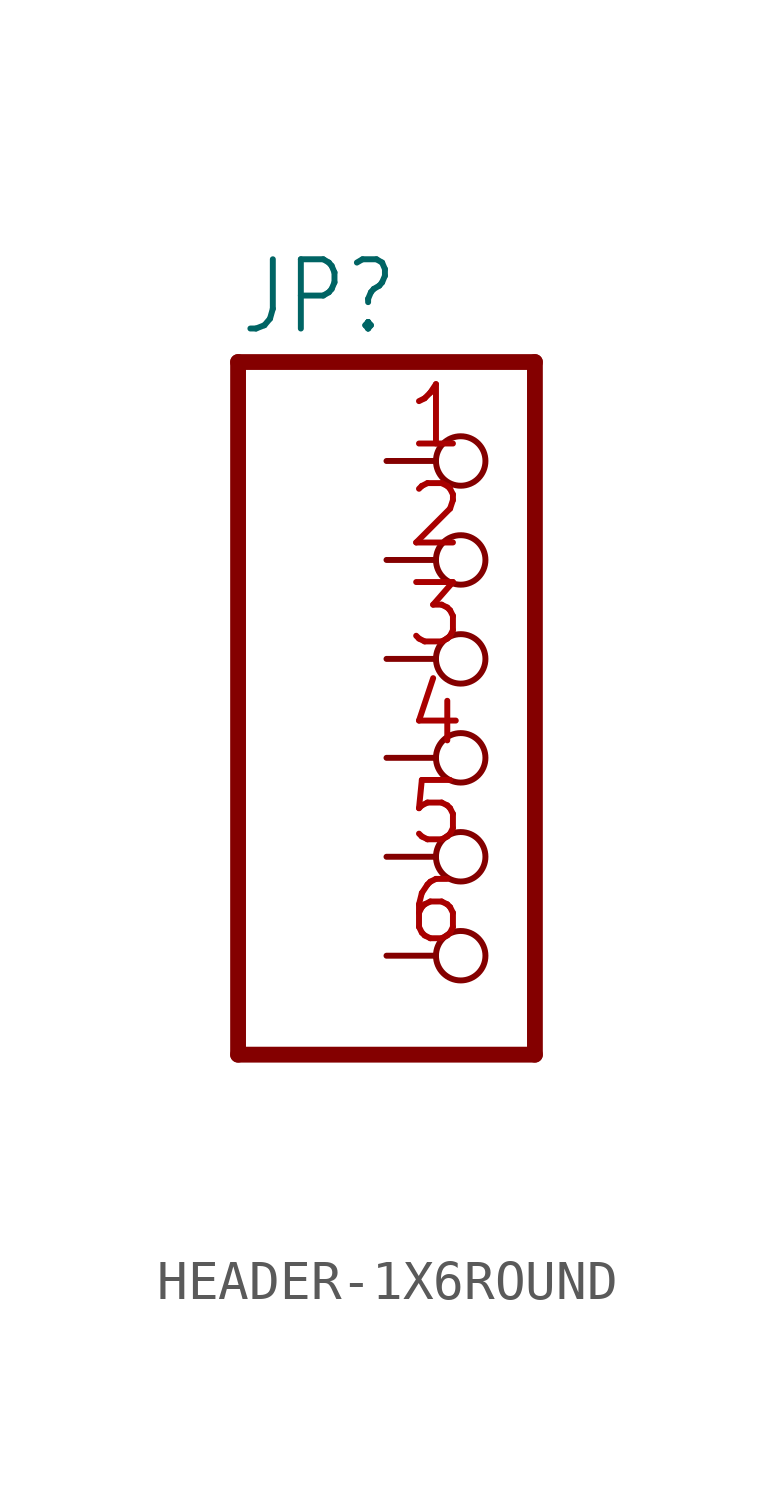
<source format=kicad_sym>
(kicad_symbol_lib
  (version 20241209)
  (generator "kicad_symbol_editor")
  (generator_version "9.0")
  (symbol "HEADER-1X6ROUND"
    (property "Reference" "JP"
      (at -6.35 10.795 0)
      (effects (font (size 1.778 1.511)) (justify left bottom)))
    (property "Value" ""
      (at -6.35 -10.16 0)
      (effects (font (size 1.778 1.511)) (justify left bottom)))
    (property "ki_locked" ""
      (at 0 0 0)
      (effects (font (size 1.27 1.27))))
    (symbol "HEADER-1X6ROUND_1_0"
      (polyline (pts (xy -6.35 10.16) (xy -6.35 -7.62)) (stroke (width 0.406) (type solid)) (fill (type none)))
      (polyline (pts (xy -6.35 -7.62) (xy 1.27 -7.62)) (stroke (width 0.406) (type solid)) (fill (type none)))
      (polyline (pts (xy 1.27 10.16) (xy -6.35 10.16)) (stroke (width 0.406) (type solid)) (fill (type none)))
      (polyline (pts (xy 1.27 -7.62) (xy 1.27 10.16)) (stroke (width 0.406) (type solid)) (fill (type none)))
      (pin passive inverted (at -2.54 7.62 0) (length 2.54) (name "1" (effects (font (size 0 0)))) (number "1" (effects (font (size 1.524 1.524)))))
      (pin passive inverted (at -2.54 5.08 0) (length 2.54) (name "2" (effects (font (size 0 0)))) (number "2" (effects (font (size 1.524 1.524)))))
      (pin passive inverted (at -2.54 2.54 0) (length 2.54) (name "3" (effects (font (size 0 0)))) (number "3" (effects (font (size 1.524 1.524)))))
      (pin passive inverted (at -2.54 0 0) (length 2.54) (name "4" (effects (font (size 0 0)))) (number "4" (effects (font (size 1.524 1.524)))))
      (pin passive inverted (at -2.54 -2.54 0) (length 2.54) (name "5" (effects (font (size 0 0)))) (number "5" (effects (font (size 1.524 1.524)))))
      (pin passive inverted (at -2.54 -5.08 0) (length 2.54) (name "6" (effects (font (size 0 0)))) (number "6" (effects (font (size 1.524 1.524))))))))
</source>
